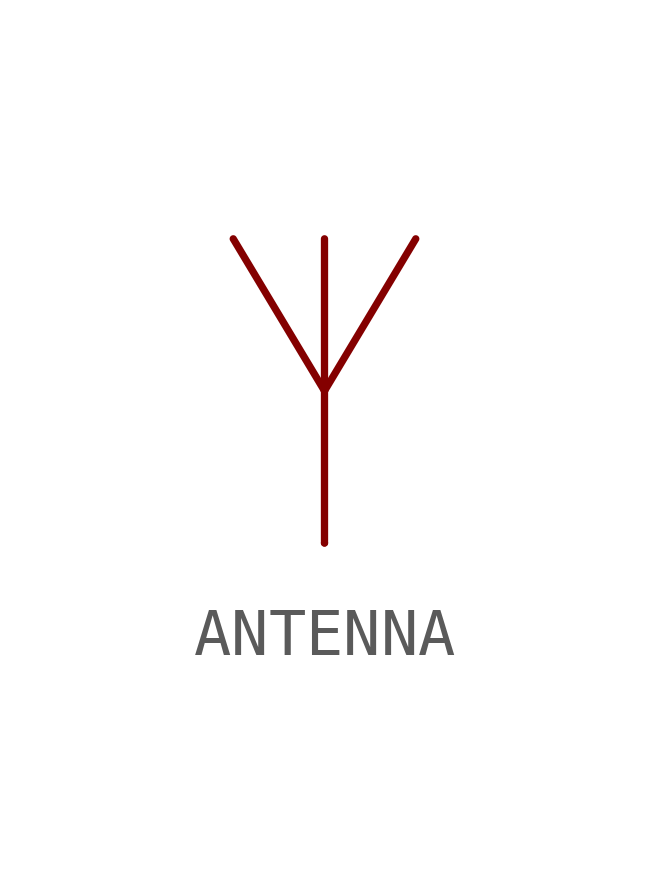
<source format=kicad_sym>
(kicad_symbol_lib
  (version 20241209)
  (generator "kicad_symbol_editor")
  (generator_version "9.0")
  (symbol "ANTENNA"
    (pin_numbers
      (hide yes))
    (pin_names
      (offset 0)
      (hide yes))
    (property "Reference" "U"
      (at 0 2.54 0)
      (effects (font (size 1.27 1.27)) (hide yes)))
    (property "Value" ""
      (at 0 0 0)
      (effects (font (size 1.27 1.27))))
    (symbol "ANTENNA_0_1"
      (polyline (pts (xy 0 -3.175) (xy -1.905 0)) (stroke (width 0) (type default)) (fill (type none)))
      (polyline (pts (xy 0 -3.175) (xy 0 -3.175)) (stroke (width 0) (type default)) (fill (type none)))
      (polyline (pts (xy 0 -3.175) (xy 1.905 0)) (stroke (width 0) (type default)) (fill (type none)))
      (polyline (pts (xy 0 -6.35) (xy 0 0)) (stroke (width 0) (type default)) (fill (type none))))
    (symbol "ANTENNA_1_0"
      (pin bidirectional line (at 0 -6.35 90) (length 0) (name "SIGNAL" (effects (font (size 1.27 1.27)))) (number "" (effects (font (size 1.27 1.27))))))))
</source>
